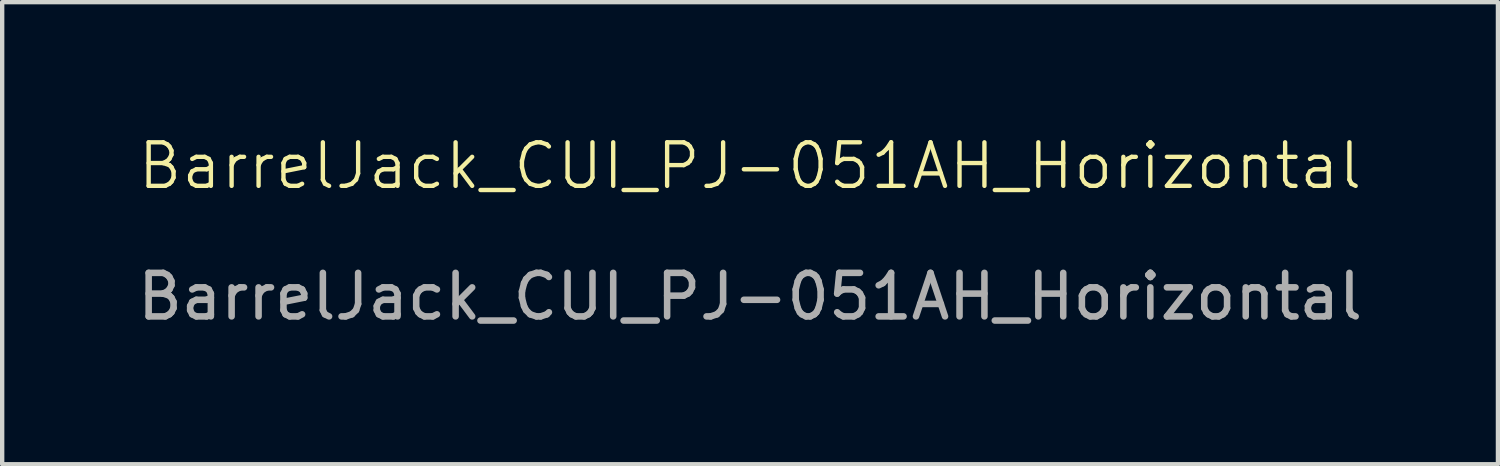
<source format=kicad_pcb>
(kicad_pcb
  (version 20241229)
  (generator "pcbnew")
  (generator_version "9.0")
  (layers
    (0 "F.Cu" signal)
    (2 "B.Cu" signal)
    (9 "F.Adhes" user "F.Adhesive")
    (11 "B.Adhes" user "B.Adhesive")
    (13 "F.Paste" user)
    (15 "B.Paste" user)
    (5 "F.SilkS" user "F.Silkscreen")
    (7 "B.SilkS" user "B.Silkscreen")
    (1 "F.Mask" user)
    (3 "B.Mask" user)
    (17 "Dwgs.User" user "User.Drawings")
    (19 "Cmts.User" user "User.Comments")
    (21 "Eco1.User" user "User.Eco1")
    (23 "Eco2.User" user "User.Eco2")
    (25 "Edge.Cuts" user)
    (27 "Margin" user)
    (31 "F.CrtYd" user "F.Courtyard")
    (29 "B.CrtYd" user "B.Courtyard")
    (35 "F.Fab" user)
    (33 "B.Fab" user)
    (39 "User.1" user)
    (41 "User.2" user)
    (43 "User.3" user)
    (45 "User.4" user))
  (footprint "BarrelJack_CUI_PJ-051AH_Horizontal"
    (layer "F.Cu")
    (at 14.173 1.26)
    (property "Reference" "BarrelJack_CUI_PJ-051AH_Horizontal" (at 0 -0.5 0) (unlocked yes) (layer "F.SilkS") (effects (font (size 1 1) (thickness 0.1))))
    (attr smd)
    (fp_text user "${REFERENCE}" (at 0 2.5 0) (unlocked yes) (layer "F.Fab") (effects (font (size 1 1) (thickness 0.15)))))
  (gr_rect
    (start -3 -3)
    (end 31.345 7.609)
    (stroke (width 0.1) (type default))
    (fill no)
    (layer "Edge.Cuts")))
</source>
